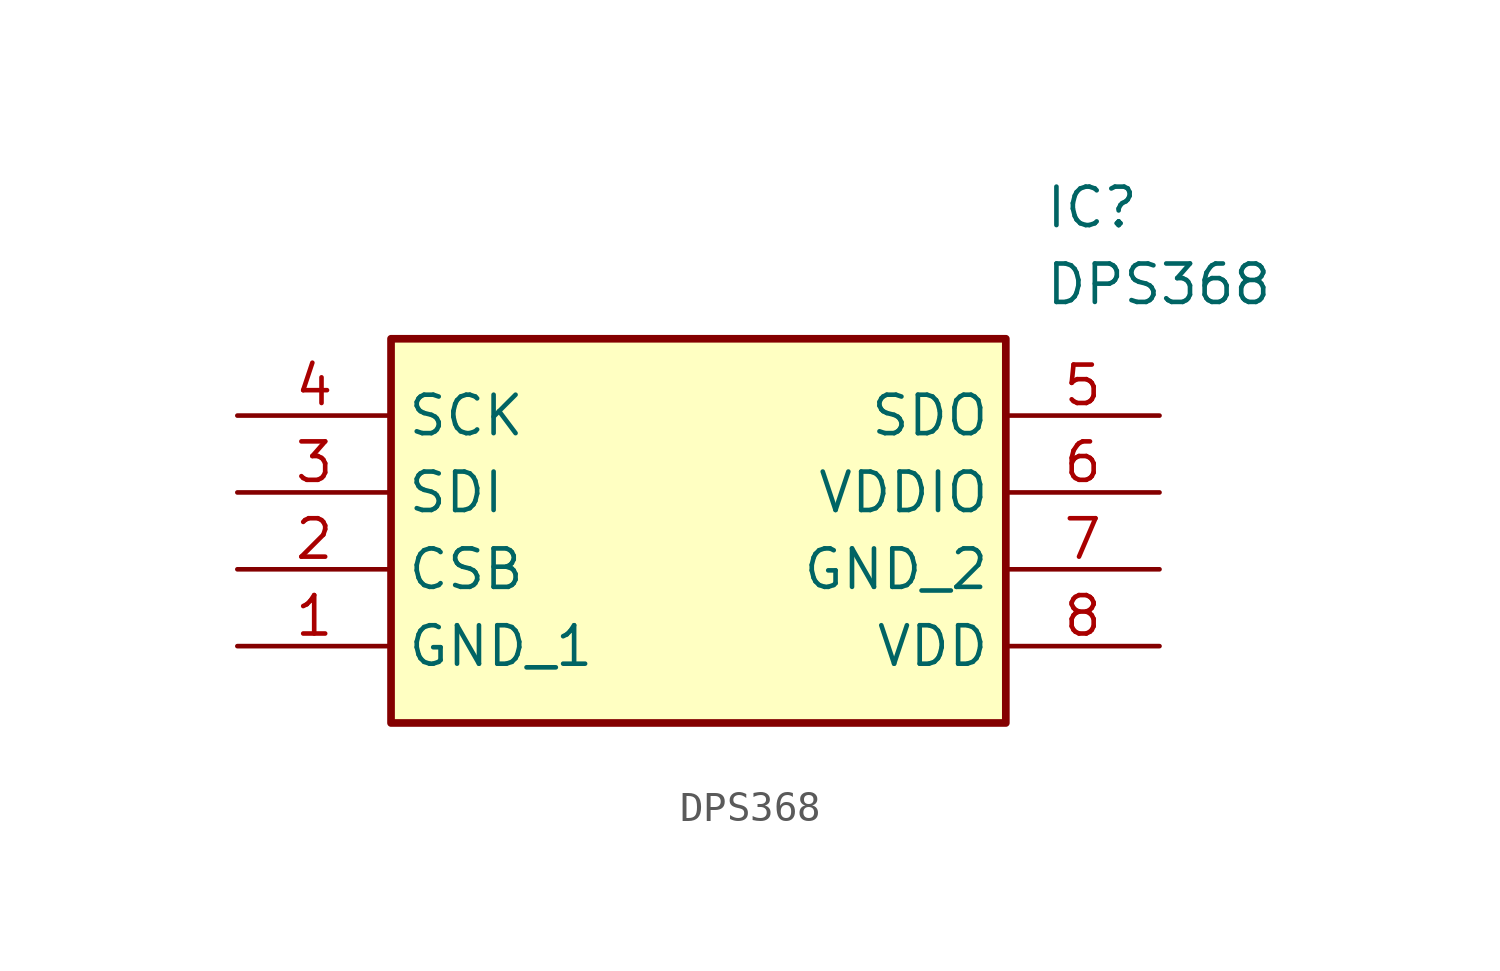
<source format=kicad_sym>
(kicad_symbol_lib
  (version 20211014)
  (generator SamacSys_ECAD_Model)
  (symbol "DPS368"
    (property "Reference" "IC"
      (at 26.67 7.62 0)
      (effects (font (size 1.27 1.27)) (justify left top)))
    (property "Value" "DPS368"
      (at 26.67 5.08 0)
      (effects (font (size 1.27 1.27)) (justify left top)))
    (rectangle
      (start 5.08 2.54)
      (end 25.4 -10.16)
      (stroke (width 0.254) (type default))
      (fill (type background)))
    (pin passive line
      (at 0 -7.62 0)
      (length 5.08)
      (name "GND_1" (effects (font (size 1.27 1.27))))
      (number "1" (effects (font (size 1.27 1.27)))))
    (pin passive line
      (at 0 -5.08 0)
      (length 5.08)
      (name "CSB" (effects (font (size 1.27 1.27))))
      (number "2" (effects (font (size 1.27 1.27)))))
    (pin passive line
      (at 0 -2.54 0)
      (length 5.08)
      (name "SDI" (effects (font (size 1.27 1.27))))
      (number "3" (effects (font (size 1.27 1.27)))))
    (pin passive line
      (at 0 0 0)
      (length 5.08)
      (name "SCK" (effects (font (size 1.27 1.27))))
      (number "4" (effects (font (size 1.27 1.27)))))
    (pin passive line
      (at 30.48 0 180)
      (length 5.08)
      (name "SDO" (effects (font (size 1.27 1.27))))
      (number "5" (effects (font (size 1.27 1.27)))))
    (pin passive line
      (at 30.48 -2.54 180)
      (length 5.08)
      (name "VDDIO" (effects (font (size 1.27 1.27))))
      (number "6" (effects (font (size 1.27 1.27)))))
    (pin passive line
      (at 30.48 -5.08 180)
      (length 5.08)
      (name "GND_2" (effects (font (size 1.27 1.27))))
      (number "7" (effects (font (size 1.27 1.27)))))
    (pin passive line
      (at 30.48 -7.62 180)
      (length 5.08)
      (name "VDD" (effects (font (size 1.27 1.27))))
      (number "8" (effects (font (size 1.27 1.27)))))))
</source>
